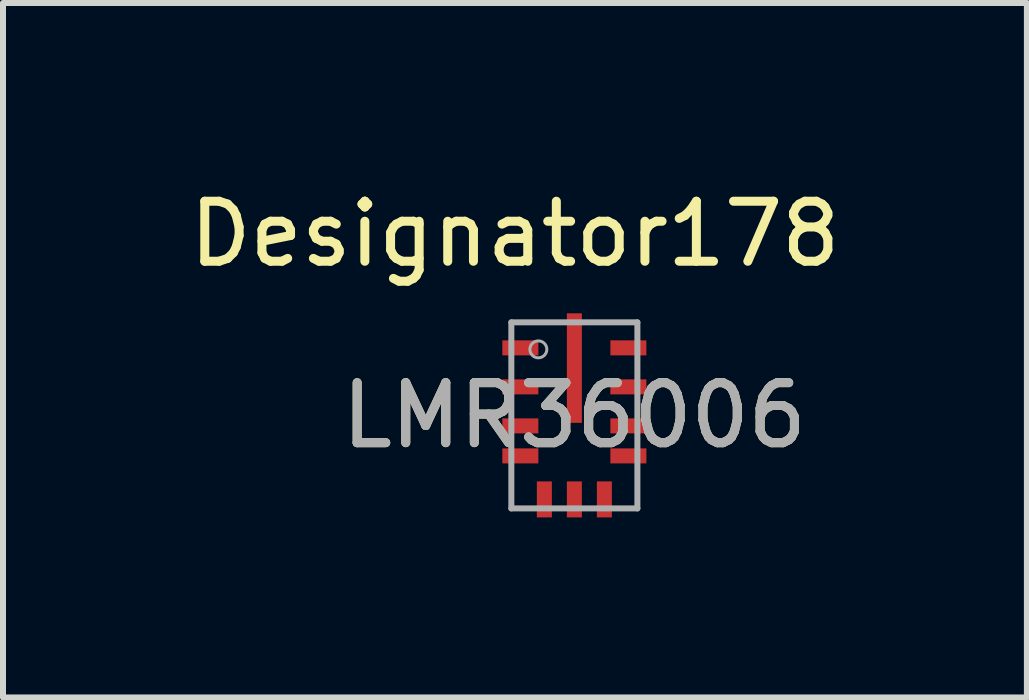
<source format=kicad_pcb>
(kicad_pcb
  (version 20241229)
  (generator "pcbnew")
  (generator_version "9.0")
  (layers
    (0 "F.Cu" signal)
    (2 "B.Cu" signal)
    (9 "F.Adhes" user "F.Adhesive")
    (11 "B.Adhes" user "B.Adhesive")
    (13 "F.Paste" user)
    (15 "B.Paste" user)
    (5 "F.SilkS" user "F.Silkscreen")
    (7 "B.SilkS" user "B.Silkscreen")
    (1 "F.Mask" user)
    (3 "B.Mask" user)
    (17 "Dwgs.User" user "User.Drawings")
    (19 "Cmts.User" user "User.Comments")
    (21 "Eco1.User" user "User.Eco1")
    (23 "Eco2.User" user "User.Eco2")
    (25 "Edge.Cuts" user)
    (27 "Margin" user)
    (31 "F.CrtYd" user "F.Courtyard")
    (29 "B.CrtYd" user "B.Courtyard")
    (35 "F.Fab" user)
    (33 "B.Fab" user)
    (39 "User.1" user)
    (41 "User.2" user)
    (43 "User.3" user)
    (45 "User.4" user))
  (footprint "LMR36006"
    (layer "F.Cu")
    (at 6.52 3.871)
    (property "Reference" "LMR36006" (at 0 0 0) (unlocked yes) (layer "F.SilkS") (effects (font (size 1 1) (thickness 0.15))))
    (attr smd)
    (fp_poly (pts (xy -0.125 -0.939) (xy -0.125 -1.651) (xy -0.124 -1.661) (xy -0.121 -1.67) (xy -0.117 -1.679) (xy -0.11 -1.686) (xy -0.103 -1.693) (xy -0.094 -1.697) (xy -0.085 -1.7) (xy -0.075 -1.701) (xy 0.075 -1.701) (xy 0.085 -1.7) (xy 0.094 -1.697) (xy 0.103 -1.693) (xy 0.11 -1.686) (xy 0.117 -1.679) (xy 0.121 -1.67) (xy 0.124 -1.661) (xy 0.125 -1.651) (xy 0.125 -0.939) (xy 0.124 -0.929) (xy 0.121 -0.92) (xy 0.117 -0.911) (xy 0.11 -0.904) (xy 0.103 -0.897) (xy 0.094 -0.893) (xy 0.085 -0.89) (xy 0.075 -0.889) (xy -0.075 -0.889) (xy -0.085 -0.89) (xy -0.094 -0.893) (xy -0.103 -0.897) (xy -0.11 -0.904) (xy -0.117 -0.911) (xy -0.121 -0.92) (xy -0.124 -0.929)) (stroke (width 0) (type solid)) (fill yes) (layer "F.Paste"))
    (fp_poly (pts (xy -0.125 0.076) (xy -0.125 -0.636) (xy -0.124 -0.646) (xy -0.121 -0.655) (xy -0.117 -0.664) (xy -0.11 -0.671) (xy -0.103 -0.678) (xy -0.094 -0.682) (xy -0.085 -0.685) (xy -0.075 -0.686) (xy 0.075 -0.686) (xy 0.085 -0.685) (xy 0.094 -0.682) (xy 0.103 -0.678) (xy 0.11 -0.671) (xy 0.117 -0.664) (xy 0.121 -0.655) (xy 0.124 -0.646) (xy 0.125 -0.636) (xy 0.125 0.076) (xy 0.124 0.086) (xy 0.121 0.095) (xy 0.117 0.104) (xy 0.11 0.111) (xy 0.103 0.118) (xy 0.094 0.122) (xy 0.085 0.125) (xy 0.075 0.126) (xy -0.075 0.126) (xy -0.085 0.125) (xy -0.094 0.122) (xy -0.103 0.118) (xy -0.11 0.111) (xy -0.117 0.104) (xy -0.121 0.095) (xy -0.124 0.086)) (stroke (width 0) (type solid)) (fill yes) (layer "F.Paste"))
    (fp_line (start -1.05 -1.55) (end 1.05 -1.55) (stroke (width 0.1) (type solid)) (layer "F.Fab"))
    (fp_line (start -1.05 1.55) (end -1.05 -1.55) (stroke (width 0.1) (type solid)) (layer "F.Fab"))
    (fp_line (start -1.05 1.55) (end 1.05 1.55) (stroke (width 0.1) (type solid)) (layer "F.Fab"))
    (fp_line (start 1.05 1.55) (end 1.05 -1.55) (stroke (width 0.1) (type solid)) (layer "F.Fab"))
    (fp_circle (center -0.6 -1.1) (end -0.459 -1.1) (stroke (width 0.05) (type solid)) (fill no) (layer "F.Fab"))
    (fp_text user "Designator178" (at -0.991 -3.023 0) (unlocked yes) (layer "F.SilkS") (effects (font (size 1 1) (thickness 0.15))))
    (fp_text user "${REFERENCE}" (at 0 0 0) (unlocked yes) (layer "F.Fab") (effects (font (size 1 1) (thickness 0.15))))
    (pad "1" smd rect (at -0.9 -1.125) (size 0.6 0.25) (layers "F.Cu" "F.Mask" "F.Paste"))
    (pad "2" smd rect (at -0.9 -0.475) (size 0.6 0.25) (layers "F.Cu" "F.Mask" "F.Paste"))
    (pad "3" smd rect (at -0.9 0.175) (size 0.6 0.25) (layers "F.Cu" "F.Mask" "F.Paste"))
    (pad "4" smd rect (at -0.9 0.675) (size 0.6 0.25) (layers "F.Cu" "F.Mask" "F.Paste"))
    (pad "5" smd rect (at -0.5 1.4 90) (size 0.6 0.25) (layers "F.Cu" "F.Mask" "F.Paste"))
    (pad "6" smd rect (at 0 1.4 90) (size 0.6 0.25) (layers "F.Cu" "F.Mask" "F.Paste"))
    (pad "7" smd rect (at 0.5 1.4 90) (size 0.6 0.25) (layers "F.Cu" "F.Mask" "F.Paste"))
    (pad "8" smd rect (at 0.9 0.675) (size 0.6 0.25) (layers "F.Cu" "F.Mask" "F.Paste"))
    (pad "9" smd rect (at 0.9 0.175) (size 0.6 0.25) (layers "F.Cu" "F.Mask" "F.Paste"))
    (pad "10" smd rect (at 0.9 -0.475) (size 0.6 0.25) (layers "F.Cu" "F.Mask" "F.Paste"))
    (pad "11" smd rect (at 0.9 -1.125) (size 0.6 0.25) (layers "F.Cu" "F.Mask" "F.Paste"))
    (pad "12" smd rect (at 0 -0.788 90) (size 1.825 0.25) (layers "F.Cu" "F.Mask")))
  (gr_rect
    (start -3 -3)
    (end 14.06 8.571)
    (stroke (width 0.1) (type default))
    (fill no)
    (layer "Edge.Cuts")))
</source>
